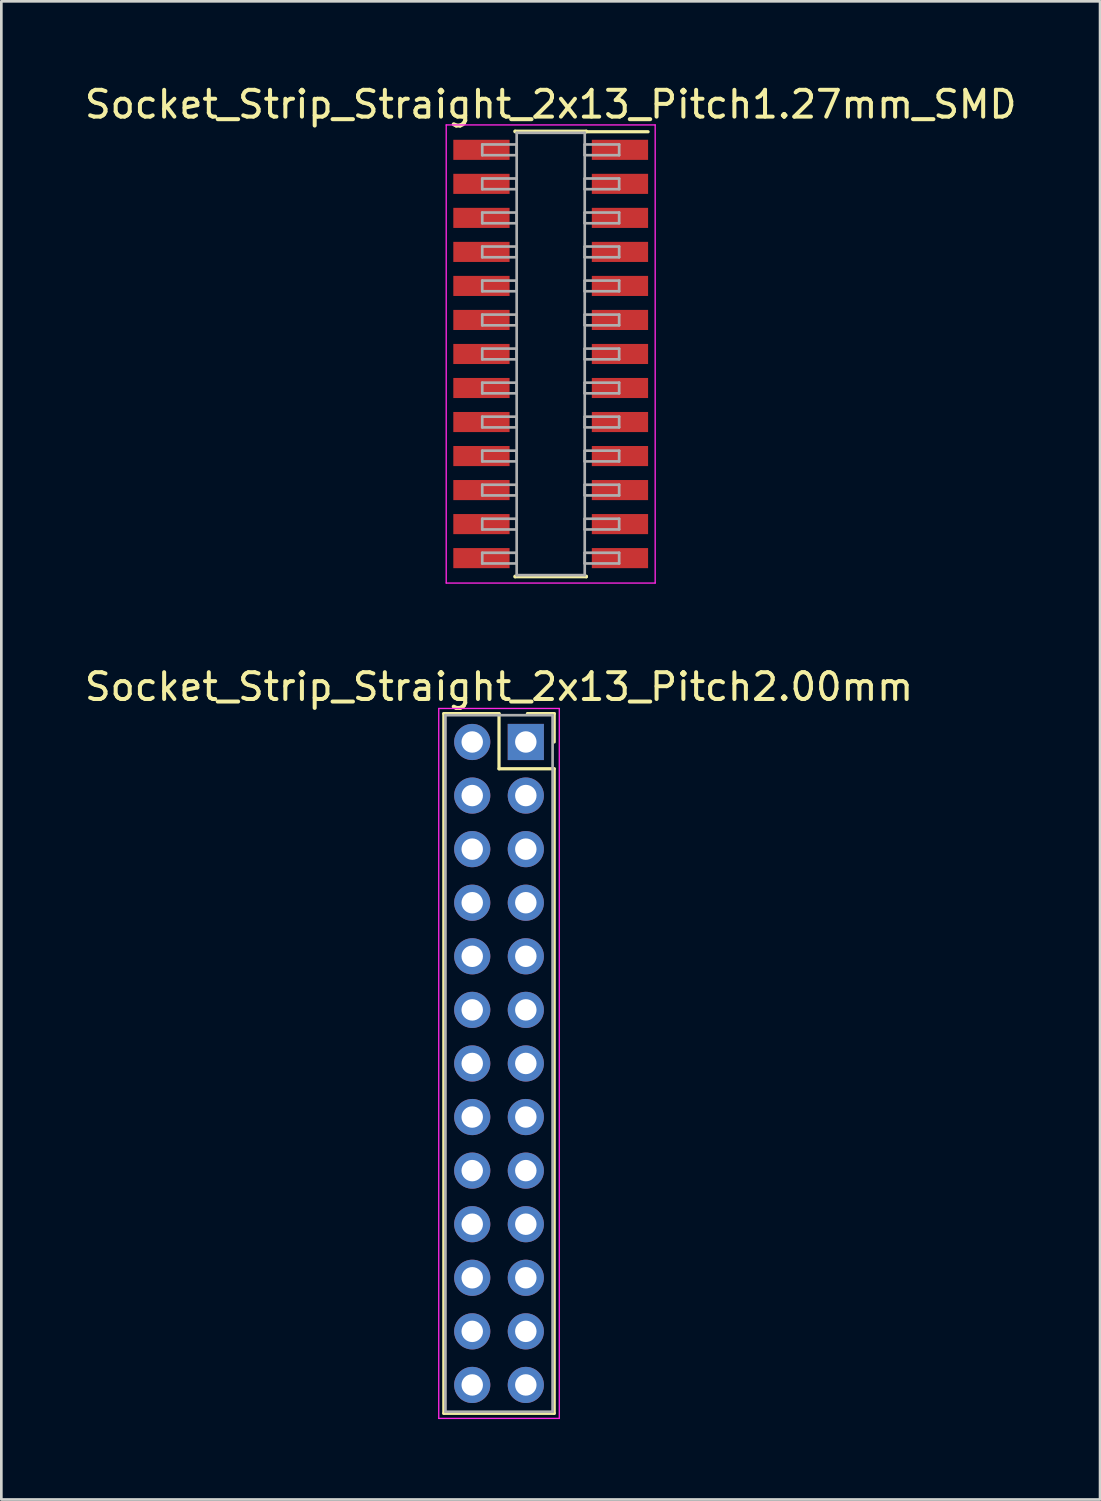
<source format=kicad_pcb>
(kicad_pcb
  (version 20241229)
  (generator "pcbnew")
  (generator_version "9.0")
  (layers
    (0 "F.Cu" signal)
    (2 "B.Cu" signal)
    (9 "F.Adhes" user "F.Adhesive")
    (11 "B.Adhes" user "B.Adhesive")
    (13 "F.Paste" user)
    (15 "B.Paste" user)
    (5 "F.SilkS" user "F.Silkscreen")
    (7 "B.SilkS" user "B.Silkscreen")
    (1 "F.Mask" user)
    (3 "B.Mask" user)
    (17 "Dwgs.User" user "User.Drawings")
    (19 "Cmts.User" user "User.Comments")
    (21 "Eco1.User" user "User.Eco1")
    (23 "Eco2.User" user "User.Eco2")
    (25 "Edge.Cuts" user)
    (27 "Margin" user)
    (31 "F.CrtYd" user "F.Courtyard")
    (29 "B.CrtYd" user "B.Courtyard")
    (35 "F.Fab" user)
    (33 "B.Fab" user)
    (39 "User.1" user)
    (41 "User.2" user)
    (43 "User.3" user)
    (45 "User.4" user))
  (footprint "Socket_Strip_Straight_2x13_Pitch2.00mm"
    (layer "F.Cu")
    (at 16.577 24.646)
    (property "Reference" "Socket_Strip_Straight_2x13_Pitch2.00mm" (at -1 -2.06 0) (layer "F.SilkS") (effects (font (size 1 1) (thickness 0.15))))
    (attr through_hole)
    (fp_line (start -3.06 -1.06) (end -1 -1.06) (stroke (width 0.12) (type solid)) (layer "F.SilkS"))
    (fp_line (start -3.06 25.06) (end -3.06 -1.06) (stroke (width 0.12) (type solid)) (layer "F.SilkS"))
    (fp_line (start -1 -1.06) (end -1 1) (stroke (width 0.12) (type solid)) (layer "F.SilkS"))
    (fp_line (start -1 1) (end 1.06 1) (stroke (width 0.12) (type solid)) (layer "F.SilkS"))
    (fp_line (start 1.06 -1.06) (end 0.06 -1.06) (stroke (width 0.12) (type solid)) (layer "F.SilkS"))
    (fp_line (start 1.06 0) (end 1.06 -1.06) (stroke (width 0.12) (type solid)) (layer "F.SilkS"))
    (fp_line (start 1.06 1) (end 1.06 25.06) (stroke (width 0.12) (type solid)) (layer "F.SilkS"))
    (fp_line (start 1.06 25.06) (end -3.06 25.06) (stroke (width 0.12) (type solid)) (layer "F.SilkS"))
    (fp_line (start -3.25 -1.25) (end -3.25 25.25) (stroke (width 0.05) (type solid)) (layer "F.CrtYd"))
    (fp_line (start -3.25 25.25) (end 1.25 25.25) (stroke (width 0.05) (type solid)) (layer "F.CrtYd"))
    (fp_line (start 1.25 -1.25) (end -3.25 -1.25) (stroke (width 0.05) (type solid)) (layer "F.CrtYd"))
    (fp_line (start 1.25 25.25) (end 1.25 -1.25) (stroke (width 0.05) (type solid)) (layer "F.CrtYd"))
    (fp_line (start -3 -1) (end -3 25) (stroke (width 0.1) (type solid)) (layer "F.Fab"))
    (fp_line (start -3 25) (end 1 25) (stroke (width 0.1) (type solid)) (layer "F.Fab"))
    (fp_line (start 1 -1) (end -3 -1) (stroke (width 0.1) (type solid)) (layer "F.Fab"))
    (fp_line (start 1 25) (end 1 -1) (stroke (width 0.1) (type solid)) (layer "F.Fab"))
    (pad "1" thru_hole rect (at 0 0) (size 1.35 1.35) (drill 0.8) (layers "*.Cu" "*.Mask"))
    (pad "2" thru_hole oval (at -2 0) (size 1.35 1.35) (drill 0.8) (layers "*.Cu" "*.Mask"))
    (pad "3" thru_hole oval (at 0 2) (size 1.35 1.35) (drill 0.8) (layers "*.Cu" "*.Mask"))
    (pad "4" thru_hole oval (at -2 2) (size 1.35 1.35) (drill 0.8) (layers "*.Cu" "*.Mask"))
    (pad "5" thru_hole oval (at 0 4) (size 1.35 1.35) (drill 0.8) (layers "*.Cu" "*.Mask"))
    (pad "6" thru_hole oval (at -2 4) (size 1.35 1.35) (drill 0.8) (layers "*.Cu" "*.Mask"))
    (pad "7" thru_hole oval (at 0 6) (size 1.35 1.35) (drill 0.8) (layers "*.Cu" "*.Mask"))
    (pad "8" thru_hole oval (at -2 6) (size 1.35 1.35) (drill 0.8) (layers "*.Cu" "*.Mask"))
    (pad "9" thru_hole oval (at 0 8) (size 1.35 1.35) (drill 0.8) (layers "*.Cu" "*.Mask"))
    (pad "10" thru_hole oval (at -2 8) (size 1.35 1.35) (drill 0.8) (layers "*.Cu" "*.Mask"))
    (pad "11" thru_hole oval (at 0 10) (size 1.35 1.35) (drill 0.8) (layers "*.Cu" "*.Mask"))
    (pad "12" thru_hole oval (at -2 10) (size 1.35 1.35) (drill 0.8) (layers "*.Cu" "*.Mask"))
    (pad "13" thru_hole oval (at 0 12) (size 1.35 1.35) (drill 0.8) (layers "*.Cu" "*.Mask"))
    (pad "14" thru_hole oval (at -2 12) (size 1.35 1.35) (drill 0.8) (layers "*.Cu" "*.Mask"))
    (pad "15" thru_hole oval (at 0 14) (size 1.35 1.35) (drill 0.8) (layers "*.Cu" "*.Mask"))
    (pad "16" thru_hole oval (at -2 14) (size 1.35 1.35) (drill 0.8) (layers "*.Cu" "*.Mask"))
    (pad "17" thru_hole oval (at 0 16) (size 1.35 1.35) (drill 0.8) (layers "*.Cu" "*.Mask"))
    (pad "18" thru_hole oval (at -2 16) (size 1.35 1.35) (drill 0.8) (layers "*.Cu" "*.Mask"))
    (pad "19" thru_hole oval (at 0 18) (size 1.35 1.35) (drill 0.8) (layers "*.Cu" "*.Mask"))
    (pad "20" thru_hole oval (at -2 18) (size 1.35 1.35) (drill 0.8) (layers "*.Cu" "*.Mask"))
    (pad "21" thru_hole oval (at 0 20) (size 1.35 1.35) (drill 0.8) (layers "*.Cu" "*.Mask"))
    (pad "22" thru_hole oval (at -2 20) (size 1.35 1.35) (drill 0.8) (layers "*.Cu" "*.Mask"))
    (pad "23" thru_hole oval (at 0 22) (size 1.35 1.35) (drill 0.8) (layers "*.Cu" "*.Mask"))
    (pad "24" thru_hole oval (at -2 22) (size 1.35 1.35) (drill 0.8) (layers "*.Cu" "*.Mask"))
    (pad "25" thru_hole oval (at 0 24) (size 1.35 1.35) (drill 0.8) (layers "*.Cu" "*.Mask"))
    (pad "26" thru_hole oval (at -2 24) (size 1.35 1.35) (drill 0.8) (layers "*.Cu" "*.Mask")))
  (footprint "Socket_Strip_Straight_2x13_Pitch1.27mm_SMD"
    (layer "F.Cu")
    (at 17.506 10.163)
    (property "Reference" "Socket_Strip_Straight_2x13_Pitch1.27mm_SMD" (at 0 -9.315 0) (layer "F.SilkS") (effects (font (size 1 1) (thickness 0.15))))
    (attr smd)
    (fp_line (start -1.33 -8.315) (end 1.33 -8.315) (stroke (width 0.12) (type solid)) (layer "F.SilkS"))
    (fp_line (start -1.33 -8.295) (end -1.33 -8.315) (stroke (width 0.12) (type solid)) (layer "F.SilkS"))
    (fp_line (start -1.33 8.295) (end -1.33 8.315) (stroke (width 0.12) (type solid)) (layer "F.SilkS"))
    (fp_line (start -1.33 8.315) (end 1.33 8.315) (stroke (width 0.12) (type solid)) (layer "F.SilkS"))
    (fp_line (start 1.33 -8.315) (end 1.33 -8.295) (stroke (width 0.12) (type solid)) (layer "F.SilkS"))
    (fp_line (start 1.33 8.315) (end 1.33 8.295) (stroke (width 0.12) (type solid)) (layer "F.SilkS"))
    (fp_line (start 3.635 -8.295) (end 1.33 -8.295) (stroke (width 0.12) (type solid)) (layer "F.SilkS"))
    (fp_line (start -3.9 -8.55) (end -3.9 8.55) (stroke (width 0.05) (type solid)) (layer "F.CrtYd"))
    (fp_line (start -3.9 8.55) (end 3.9 8.55) (stroke (width 0.05) (type solid)) (layer "F.CrtYd"))
    (fp_line (start 3.9 -8.55) (end -3.9 -8.55) (stroke (width 0.05) (type solid)) (layer "F.CrtYd"))
    (fp_line (start 3.9 8.55) (end 3.9 -8.55) (stroke (width 0.05) (type solid)) (layer "F.CrtYd"))
    (fp_line (start -2.555 -7.82) (end -1.27 -7.82) (stroke (width 0.1) (type solid)) (layer "F.Fab"))
    (fp_line (start -2.555 -7.42) (end -2.555 -7.82) (stroke (width 0.1) (type solid)) (layer "F.Fab"))
    (fp_line (start -2.555 -6.55) (end -1.27 -6.55) (stroke (width 0.1) (type solid)) (layer "F.Fab"))
    (fp_line (start -2.555 -6.15) (end -2.555 -6.55) (stroke (width 0.1) (type solid)) (layer "F.Fab"))
    (fp_line (start -2.555 -5.28) (end -1.27 -5.28) (stroke (width 0.1) (type solid)) (layer "F.Fab"))
    (fp_line (start -2.555 -4.88) (end -2.555 -5.28) (stroke (width 0.1) (type solid)) (layer "F.Fab"))
    (fp_line (start -2.555 -4.01) (end -1.27 -4.01) (stroke (width 0.1) (type solid)) (layer "F.Fab"))
    (fp_line (start -2.555 -3.61) (end -2.555 -4.01) (stroke (width 0.1) (type solid)) (layer "F.Fab"))
    (fp_line (start -2.555 -2.74) (end -1.27 -2.74) (stroke (width 0.1) (type solid)) (layer "F.Fab"))
    (fp_line (start -2.555 -2.34) (end -2.555 -2.74) (stroke (width 0.1) (type solid)) (layer "F.Fab"))
    (fp_line (start -2.555 -1.47) (end -1.27 -1.47) (stroke (width 0.1) (type solid)) (layer "F.Fab"))
    (fp_line (start -2.555 -1.07) (end -2.555 -1.47) (stroke (width 0.1) (type solid)) (layer "F.Fab"))
    (fp_line (start -2.555 -0.2) (end -1.27 -0.2) (stroke (width 0.1) (type solid)) (layer "F.Fab"))
    (fp_line (start -2.555 0.2) (end -2.555 -0.2) (stroke (width 0.1) (type solid)) (layer "F.Fab"))
    (fp_line (start -2.555 1.07) (end -1.27 1.07) (stroke (width 0.1) (type solid)) (layer "F.Fab"))
    (fp_line (start -2.555 1.47) (end -2.555 1.07) (stroke (width 0.1) (type solid)) (layer "F.Fab"))
    (fp_line (start -2.555 2.34) (end -1.27 2.34) (stroke (width 0.1) (type solid)) (layer "F.Fab"))
    (fp_line (start -2.555 2.74) (end -2.555 2.34) (stroke (width 0.1) (type solid)) (layer "F.Fab"))
    (fp_line (start -2.555 3.61) (end -1.27 3.61) (stroke (width 0.1) (type solid)) (layer "F.Fab"))
    (fp_line (start -2.555 4.01) (end -2.555 3.61) (stroke (width 0.1) (type solid)) (layer "F.Fab"))
    (fp_line (start -2.555 4.88) (end -1.27 4.88) (stroke (width 0.1) (type solid)) (layer "F.Fab"))
    (fp_line (start -2.555 5.28) (end -2.555 4.88) (stroke (width 0.1) (type solid)) (layer "F.Fab"))
    (fp_line (start -2.555 6.15) (end -1.27 6.15) (stroke (width 0.1) (type solid)) (layer "F.Fab"))
    (fp_line (start -2.555 6.55) (end -2.555 6.15) (stroke (width 0.1) (type solid)) (layer "F.Fab"))
    (fp_line (start -2.555 7.42) (end -1.27 7.42) (stroke (width 0.1) (type solid)) (layer "F.Fab"))
    (fp_line (start -2.555 7.82) (end -2.555 7.42) (stroke (width 0.1) (type solid)) (layer "F.Fab"))
    (fp_line (start -1.27 -8.255) (end -1.27 8.255) (stroke (width 0.1) (type solid)) (layer "F.Fab"))
    (fp_line (start -1.27 -7.82) (end -1.27 -7.42) (stroke (width 0.1) (type solid)) (layer "F.Fab"))
    (fp_line (start -1.27 -7.42) (end -2.555 -7.42) (stroke (width 0.1) (type solid)) (layer "F.Fab"))
    (fp_line (start -1.27 -6.55) (end -1.27 -6.15) (stroke (width 0.1) (type solid)) (layer "F.Fab"))
    (fp_line (start -1.27 -6.15) (end -2.555 -6.15) (stroke (width 0.1) (type solid)) (layer "F.Fab"))
    (fp_line (start -1.27 -5.28) (end -1.27 -4.88) (stroke (width 0.1) (type solid)) (layer "F.Fab"))
    (fp_line (start -1.27 -4.88) (end -2.555 -4.88) (stroke (width 0.1) (type solid)) (layer "F.Fab"))
    (fp_line (start -1.27 -4.01) (end -1.27 -3.61) (stroke (width 0.1) (type solid)) (layer "F.Fab"))
    (fp_line (start -1.27 -3.61) (end -2.555 -3.61) (stroke (width 0.1) (type solid)) (layer "F.Fab"))
    (fp_line (start -1.27 -2.74) (end -1.27 -2.34) (stroke (width 0.1) (type solid)) (layer "F.Fab"))
    (fp_line (start -1.27 -2.34) (end -2.555 -2.34) (stroke (width 0.1) (type solid)) (layer "F.Fab"))
    (fp_line (start -1.27 -1.47) (end -1.27 -1.07) (stroke (width 0.1) (type solid)) (layer "F.Fab"))
    (fp_line (start -1.27 -1.07) (end -2.555 -1.07) (stroke (width 0.1) (type solid)) (layer "F.Fab"))
    (fp_line (start -1.27 -0.2) (end -1.27 0.2) (stroke (width 0.1) (type solid)) (layer "F.Fab"))
    (fp_line (start -1.27 0.2) (end -2.555 0.2) (stroke (width 0.1) (type solid)) (layer "F.Fab"))
    (fp_line (start -1.27 1.07) (end -1.27 1.47) (stroke (width 0.1) (type solid)) (layer "F.Fab"))
    (fp_line (start -1.27 1.47) (end -2.555 1.47) (stroke (width 0.1) (type solid)) (layer "F.Fab"))
    (fp_line (start -1.27 2.34) (end -1.27 2.74) (stroke (width 0.1) (type solid)) (layer "F.Fab"))
    (fp_line (start -1.27 2.74) (end -2.555 2.74) (stroke (width 0.1) (type solid)) (layer "F.Fab"))
    (fp_line (start -1.27 3.61) (end -1.27 4.01) (stroke (width 0.1) (type solid)) (layer "F.Fab"))
    (fp_line (start -1.27 4.01) (end -2.555 4.01) (stroke (width 0.1) (type solid)) (layer "F.Fab"))
    (fp_line (start -1.27 4.88) (end -1.27 5.28) (stroke (width 0.1) (type solid)) (layer "F.Fab"))
    (fp_line (start -1.27 5.28) (end -2.555 5.28) (stroke (width 0.1) (type solid)) (layer "F.Fab"))
    (fp_line (start -1.27 6.15) (end -1.27 6.55) (stroke (width 0.1) (type solid)) (layer "F.Fab"))
    (fp_line (start -1.27 6.55) (end -2.555 6.55) (stroke (width 0.1) (type solid)) (layer "F.Fab"))
    (fp_line (start -1.27 7.42) (end -1.27 7.82) (stroke (width 0.1) (type solid)) (layer "F.Fab"))
    (fp_line (start -1.27 7.82) (end -2.555 7.82) (stroke (width 0.1) (type solid)) (layer "F.Fab"))
    (fp_line (start -1.27 8.255) (end 1.27 8.255) (stroke (width 0.1) (type solid)) (layer "F.Fab"))
    (fp_line (start 1.27 -8.255) (end -1.27 -8.255) (stroke (width 0.1) (type solid)) (layer "F.Fab"))
    (fp_line (start 1.27 -7.82) (end 1.27 -7.42) (stroke (width 0.1) (type solid)) (layer "F.Fab"))
    (fp_line (start 1.27 -7.42) (end 2.555 -7.42) (stroke (width 0.1) (type solid)) (layer "F.Fab"))
    (fp_line (start 1.27 -6.55) (end 1.27 -6.15) (stroke (width 0.1) (type solid)) (layer "F.Fab"))
    (fp_line (start 1.27 -6.15) (end 2.555 -6.15) (stroke (width 0.1) (type solid)) (layer "F.Fab"))
    (fp_line (start 1.27 -5.28) (end 1.27 -4.88) (stroke (width 0.1) (type solid)) (layer "F.Fab"))
    (fp_line (start 1.27 -4.88) (end 2.555 -4.88) (stroke (width 0.1) (type solid)) (layer "F.Fab"))
    (fp_line (start 1.27 -4.01) (end 1.27 -3.61) (stroke (width 0.1) (type solid)) (layer "F.Fab"))
    (fp_line (start 1.27 -3.61) (end 2.555 -3.61) (stroke (width 0.1) (type solid)) (layer "F.Fab"))
    (fp_line (start 1.27 -2.74) (end 1.27 -2.34) (stroke (width 0.1) (type solid)) (layer "F.Fab"))
    (fp_line (start 1.27 -2.34) (end 2.555 -2.34) (stroke (width 0.1) (type solid)) (layer "F.Fab"))
    (fp_line (start 1.27 -1.47) (end 1.27 -1.07) (stroke (width 0.1) (type solid)) (layer "F.Fab"))
    (fp_line (start 1.27 -1.07) (end 2.555 -1.07) (stroke (width 0.1) (type solid)) (layer "F.Fab"))
    (fp_line (start 1.27 -0.2) (end 1.27 0.2) (stroke (width 0.1) (type solid)) (layer "F.Fab"))
    (fp_line (start 1.27 0.2) (end 2.555 0.2) (stroke (width 0.1) (type solid)) (layer "F.Fab"))
    (fp_line (start 1.27 1.07) (end 1.27 1.47) (stroke (width 0.1) (type solid)) (layer "F.Fab"))
    (fp_line (start 1.27 1.47) (end 2.555 1.47) (stroke (width 0.1) (type solid)) (layer "F.Fab"))
    (fp_line (start 1.27 2.34) (end 1.27 2.74) (stroke (width 0.1) (type solid)) (layer "F.Fab"))
    (fp_line (start 1.27 2.74) (end 2.555 2.74) (stroke (width 0.1) (type solid)) (layer "F.Fab"))
    (fp_line (start 1.27 3.61) (end 1.27 4.01) (stroke (width 0.1) (type solid)) (layer "F.Fab"))
    (fp_line (start 1.27 4.01) (end 2.555 4.01) (stroke (width 0.1) (type solid)) (layer "F.Fab"))
    (fp_line (start 1.27 4.88) (end 1.27 5.28) (stroke (width 0.1) (type solid)) (layer "F.Fab"))
    (fp_line (start 1.27 5.28) (end 2.555 5.28) (stroke (width 0.1) (type solid)) (layer "F.Fab"))
    (fp_line (start 1.27 6.15) (end 1.27 6.55) (stroke (width 0.1) (type solid)) (layer "F.Fab"))
    (fp_line (start 1.27 6.55) (end 2.555 6.55) (stroke (width 0.1) (type solid)) (layer "F.Fab"))
    (fp_line (start 1.27 7.42) (end 1.27 7.82) (stroke (width 0.1) (type solid)) (layer "F.Fab"))
    (fp_line (start 1.27 7.82) (end 2.555 7.82) (stroke (width 0.1) (type solid)) (layer "F.Fab"))
    (fp_line (start 1.27 8.255) (end 1.27 -8.255) (stroke (width 0.1) (type solid)) (layer "F.Fab"))
    (fp_line (start 2.555 -7.82) (end 1.27 -7.82) (stroke (width 0.1) (type solid)) (layer "F.Fab"))
    (fp_line (start 2.555 -7.42) (end 2.555 -7.82) (stroke (width 0.1) (type solid)) (layer "F.Fab"))
    (fp_line (start 2.555 -6.55) (end 1.27 -6.55) (stroke (width 0.1) (type solid)) (layer "F.Fab"))
    (fp_line (start 2.555 -6.15) (end 2.555 -6.55) (stroke (width 0.1) (type solid)) (layer "F.Fab"))
    (fp_line (start 2.555 -5.28) (end 1.27 -5.28) (stroke (width 0.1) (type solid)) (layer "F.Fab"))
    (fp_line (start 2.555 -4.88) (end 2.555 -5.28) (stroke (width 0.1) (type solid)) (layer "F.Fab"))
    (fp_line (start 2.555 -4.01) (end 1.27 -4.01) (stroke (width 0.1) (type solid)) (layer "F.Fab"))
    (fp_line (start 2.555 -3.61) (end 2.555 -4.01) (stroke (width 0.1) (type solid)) (layer "F.Fab"))
    (fp_line (start 2.555 -2.74) (end 1.27 -2.74) (stroke (width 0.1) (type solid)) (layer "F.Fab"))
    (fp_line (start 2.555 -2.34) (end 2.555 -2.74) (stroke (width 0.1) (type solid)) (layer "F.Fab"))
    (fp_line (start 2.555 -1.47) (end 1.27 -1.47) (stroke (width 0.1) (type solid)) (layer "F.Fab"))
    (fp_line (start 2.555 -1.07) (end 2.555 -1.47) (stroke (width 0.1) (type solid)) (layer "F.Fab"))
    (fp_line (start 2.555 -0.2) (end 1.27 -0.2) (stroke (width 0.1) (type solid)) (layer "F.Fab"))
    (fp_line (start 2.555 0.2) (end 2.555 -0.2) (stroke (width 0.1) (type solid)) (layer "F.Fab"))
    (fp_line (start 2.555 1.07) (end 1.27 1.07) (stroke (width 0.1) (type solid)) (layer "F.Fab"))
    (fp_line (start 2.555 1.47) (end 2.555 1.07) (stroke (width 0.1) (type solid)) (layer "F.Fab"))
    (fp_line (start 2.555 2.34) (end 1.27 2.34) (stroke (width 0.1) (type solid)) (layer "F.Fab"))
    (fp_line (start 2.555 2.74) (end 2.555 2.34) (stroke (width 0.1) (type solid)) (layer "F.Fab"))
    (fp_line (start 2.555 3.61) (end 1.27 3.61) (stroke (width 0.1) (type solid)) (layer "F.Fab"))
    (fp_line (start 2.555 4.01) (end 2.555 3.61) (stroke (width 0.1) (type solid)) (layer "F.Fab"))
    (fp_line (start 2.555 4.88) (end 1.27 4.88) (stroke (width 0.1) (type solid)) (layer "F.Fab"))
    (fp_line (start 2.555 5.28) (end 2.555 4.88) (stroke (width 0.1) (type solid)) (layer "F.Fab"))
    (fp_line (start 2.555 6.15) (end 1.27 6.15) (stroke (width 0.1) (type solid)) (layer "F.Fab"))
    (fp_line (start 2.555 6.55) (end 2.555 6.15) (stroke (width 0.1) (type solid)) (layer "F.Fab"))
    (fp_line (start 2.555 7.42) (end 1.27 7.42) (stroke (width 0.1) (type solid)) (layer "F.Fab"))
    (fp_line (start 2.555 7.82) (end 2.555 7.42) (stroke (width 0.1) (type solid)) (layer "F.Fab"))
    (pad "1" smd rect (at 2.585 -7.62) (size 2.1 0.75) (layers "F.Cu" "F.Mask"))
    (pad "2" smd rect (at -2.585 -7.62) (size 2.1 0.75) (layers "F.Cu" "F.Mask"))
    (pad "3" smd rect (at 2.585 -6.35) (size 2.1 0.75) (layers "F.Cu" "F.Mask"))
    (pad "4" smd rect (at -2.585 -6.35) (size 2.1 0.75) (layers "F.Cu" "F.Mask"))
    (pad "5" smd rect (at 2.585 -5.08) (size 2.1 0.75) (layers "F.Cu" "F.Mask"))
    (pad "6" smd rect (at -2.585 -5.08) (size 2.1 0.75) (layers "F.Cu" "F.Mask"))
    (pad "7" smd rect (at 2.585 -3.81) (size 2.1 0.75) (layers "F.Cu" "F.Mask"))
    (pad "8" smd rect (at -2.585 -3.81) (size 2.1 0.75) (layers "F.Cu" "F.Mask"))
    (pad "9" smd rect (at 2.585 -2.54) (size 2.1 0.75) (layers "F.Cu" "F.Mask"))
    (pad "10" smd rect (at -2.585 -2.54) (size 2.1 0.75) (layers "F.Cu" "F.Mask"))
    (pad "11" smd rect (at 2.585 -1.27) (size 2.1 0.75) (layers "F.Cu" "F.Mask"))
    (pad "12" smd rect (at -2.585 -1.27) (size 2.1 0.75) (layers "F.Cu" "F.Mask"))
    (pad "13" smd rect (at 2.585 0) (size 2.1 0.75) (layers "F.Cu" "F.Mask"))
    (pad "14" smd rect (at -2.585 0) (size 2.1 0.75) (layers "F.Cu" "F.Mask"))
    (pad "15" smd rect (at 2.585 1.27) (size 2.1 0.75) (layers "F.Cu" "F.Mask"))
    (pad "16" smd rect (at -2.585 1.27) (size 2.1 0.75) (layers "F.Cu" "F.Mask"))
    (pad "17" smd rect (at 2.585 2.54) (size 2.1 0.75) (layers "F.Cu" "F.Mask"))
    (pad "18" smd rect (at -2.585 2.54) (size 2.1 0.75) (layers "F.Cu" "F.Mask"))
    (pad "19" smd rect (at 2.585 3.81) (size 2.1 0.75) (layers "F.Cu" "F.Mask"))
    (pad "20" smd rect (at -2.585 3.81) (size 2.1 0.75) (layers "F.Cu" "F.Mask"))
    (pad "21" smd rect (at 2.585 5.08) (size 2.1 0.75) (layers "F.Cu" "F.Mask"))
    (pad "22" smd rect (at -2.585 5.08) (size 2.1 0.75) (layers "F.Cu" "F.Mask"))
    (pad "23" smd rect (at 2.585 6.35) (size 2.1 0.75) (layers "F.Cu" "F.Mask"))
    (pad "24" smd rect (at -2.585 6.35) (size 2.1 0.75) (layers "F.Cu" "F.Mask"))
    (pad "25" smd rect (at 2.585 7.62) (size 2.1 0.75) (layers "F.Cu" "F.Mask"))
    (pad "26" smd rect (at -2.585 7.62) (size 2.1 0.75) (layers "F.Cu" "F.Mask")))
  (gr_rect
    (start -3 -3)
    (end 38.012 52.922)
    (stroke (width 0.1) (type default))
    (fill no)
    (layer "Edge.Cuts")))
</source>
